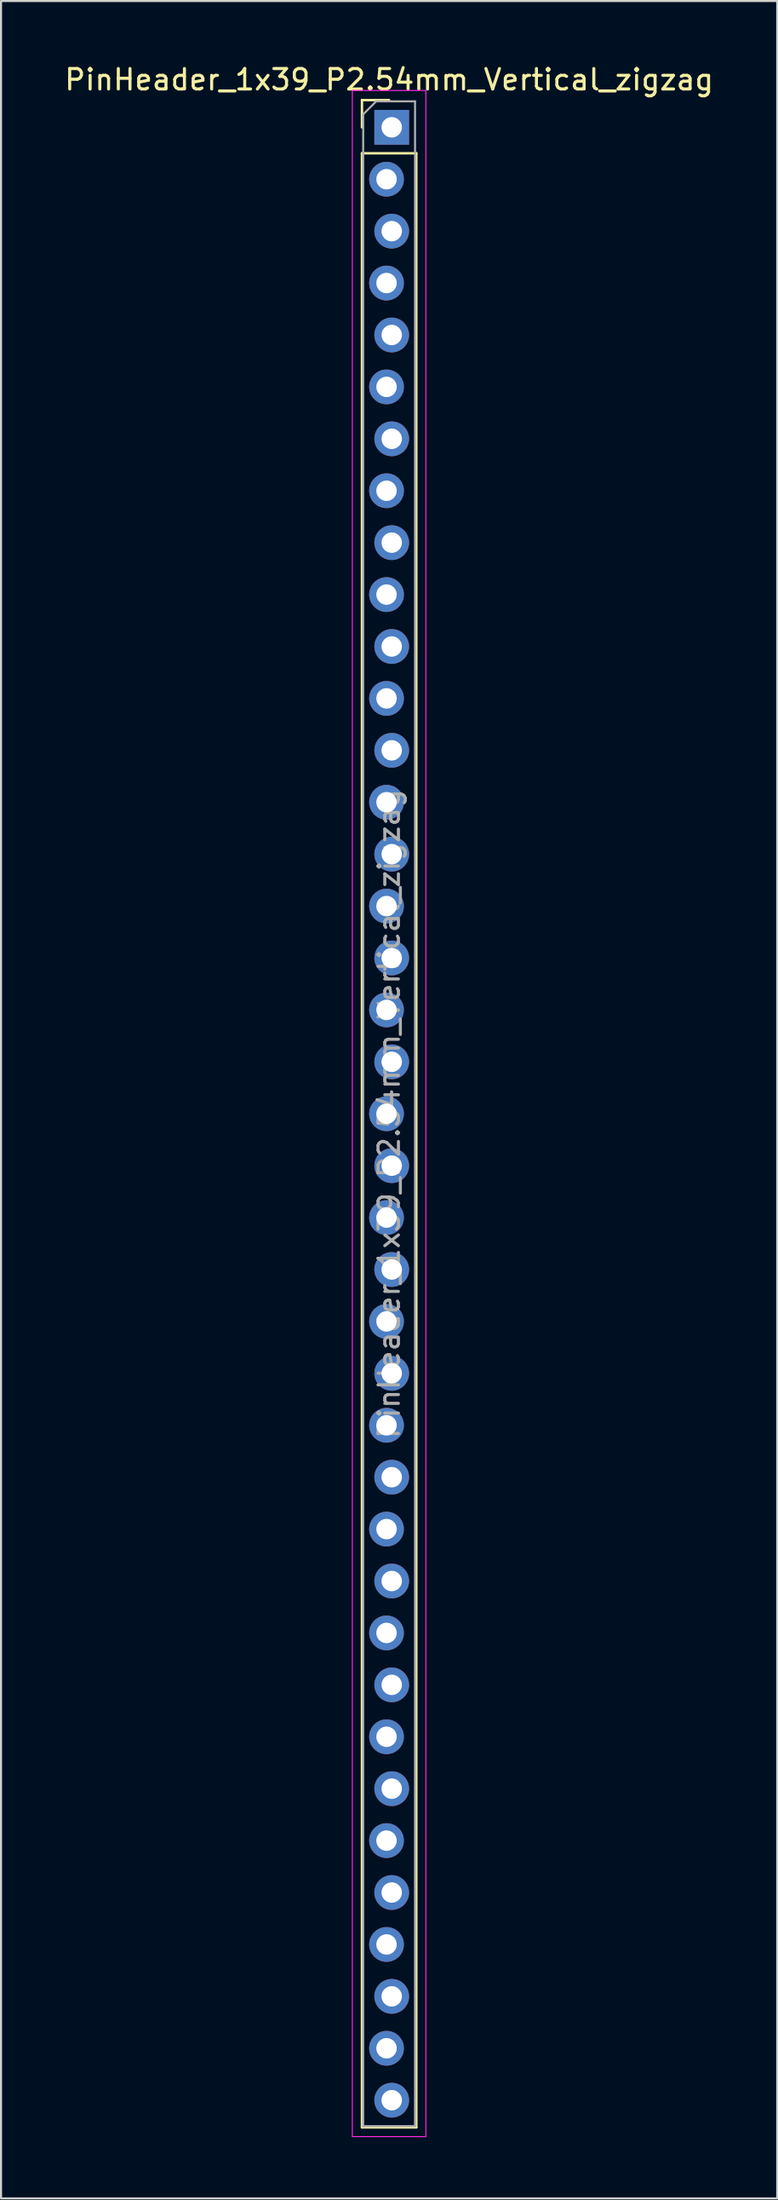
<source format=kicad_pcb>
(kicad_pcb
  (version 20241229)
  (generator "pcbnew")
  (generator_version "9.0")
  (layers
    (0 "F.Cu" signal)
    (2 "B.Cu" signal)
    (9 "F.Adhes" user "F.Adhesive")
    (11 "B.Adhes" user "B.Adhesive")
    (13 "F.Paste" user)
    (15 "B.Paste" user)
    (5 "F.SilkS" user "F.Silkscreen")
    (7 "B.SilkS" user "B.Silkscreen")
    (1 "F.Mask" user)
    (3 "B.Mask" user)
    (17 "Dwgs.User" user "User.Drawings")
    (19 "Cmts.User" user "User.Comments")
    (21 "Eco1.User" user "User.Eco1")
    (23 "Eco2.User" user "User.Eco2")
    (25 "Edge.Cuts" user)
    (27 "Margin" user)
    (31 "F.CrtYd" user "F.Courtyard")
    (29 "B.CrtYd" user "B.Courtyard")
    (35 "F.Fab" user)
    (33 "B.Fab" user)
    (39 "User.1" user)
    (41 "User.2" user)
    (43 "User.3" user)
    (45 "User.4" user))
  (footprint "PinHeader_1x39_P2.54mm_Vertical_zigzag"
    (layer "F.Cu")
    (at 16.006 3.178)
    (property "Reference" "PinHeader_1x39_P2.54mm_Vertical_zigzag" (at 0 -2.33 0) (layer "F.SilkS") (effects (font (size 1 1) (thickness 0.15))))
    (attr through_hole)
    (fp_line (start -1.33 -1.33) (end 0 -1.33) (stroke (width 0.12) (type solid)) (layer "F.SilkS"))
    (fp_line (start -1.33 0) (end -1.33 -1.33) (stroke (width 0.12) (type solid)) (layer "F.SilkS"))
    (fp_line (start -1.33 1.27) (end -1.33 97.85) (stroke (width 0.12) (type solid)) (layer "F.SilkS"))
    (fp_line (start -1.33 1.27) (end 1.33 1.27) (stroke (width 0.12) (type solid)) (layer "F.SilkS"))
    (fp_line (start -1.33 97.85) (end 1.33 97.85) (stroke (width 0.12) (type solid)) (layer "F.SilkS"))
    (fp_line (start 1.33 1.27) (end 1.33 97.85) (stroke (width 0.12) (type solid)) (layer "F.SilkS"))
    (fp_line (start -1.8 -1.8) (end -1.8 98.3) (stroke (width 0.05) (type solid)) (layer "F.CrtYd"))
    (fp_line (start -1.8 98.3) (end 1.8 98.3) (stroke (width 0.05) (type solid)) (layer "F.CrtYd"))
    (fp_line (start 1.8 -1.8) (end -1.8 -1.8) (stroke (width 0.05) (type solid)) (layer "F.CrtYd"))
    (fp_line (start 1.8 98.3) (end 1.8 -1.8) (stroke (width 0.05) (type solid)) (layer "F.CrtYd"))
    (fp_line (start -1.27 -0.635) (end -0.635 -1.27) (stroke (width 0.1) (type solid)) (layer "F.Fab"))
    (fp_line (start -1.27 97.79) (end -1.27 -0.635) (stroke (width 0.1) (type solid)) (layer "F.Fab"))
    (fp_line (start -0.635 -1.27) (end 1.27 -1.27) (stroke (width 0.1) (type solid)) (layer "F.Fab"))
    (fp_line (start 1.27 -1.27) (end 1.27 97.79) (stroke (width 0.1) (type solid)) (layer "F.Fab"))
    (fp_line (start 1.27 97.79) (end -1.27 97.79) (stroke (width 0.1) (type solid)) (layer "F.Fab"))
    (fp_text user "${REFERENCE}" (at 0 48.26 90) (layer "F.Fab") (effects (font (size 1 1) (thickness 0.15))))
    (pad "1" thru_hole rect (at 0.127 0) (size 1.7 1.7) (drill 1) (layers "*.Cu" "*.Mask"))
    (pad "2" thru_hole oval (at -0.127 2.54) (size 1.7 1.7) (drill 1) (layers "*.Cu" "*.Mask"))
    (pad "3" thru_hole oval (at 0.127 5.08) (size 1.7 1.7) (drill 1) (layers "*.Cu" "*.Mask"))
    (pad "4" thru_hole oval (at -0.127 7.62) (size 1.7 1.7) (drill 1) (layers "*.Cu" "*.Mask"))
    (pad "5" thru_hole oval (at 0.127 10.16) (size 1.7 1.7) (drill 1) (layers "*.Cu" "*.Mask"))
    (pad "6" thru_hole oval (at -0.127 12.7) (size 1.7 1.7) (drill 1) (layers "*.Cu" "*.Mask"))
    (pad "7" thru_hole oval (at 0.127 15.24) (size 1.7 1.7) (drill 1) (layers "*.Cu" "*.Mask"))
    (pad "8" thru_hole oval (at -0.127 17.78) (size 1.7 1.7) (drill 1) (layers "*.Cu" "*.Mask"))
    (pad "9" thru_hole oval (at 0.127 20.32) (size 1.7 1.7) (drill 1) (layers "*.Cu" "*.Mask"))
    (pad "10" thru_hole oval (at -0.127 22.86) (size 1.7 1.7) (drill 1) (layers "*.Cu" "*.Mask"))
    (pad "11" thru_hole oval (at 0.127 25.4) (size 1.7 1.7) (drill 1) (layers "*.Cu" "*.Mask"))
    (pad "12" thru_hole oval (at -0.127 27.94) (size 1.7 1.7) (drill 1) (layers "*.Cu" "*.Mask"))
    (pad "13" thru_hole oval (at 0.127 30.48) (size 1.7 1.7) (drill 1) (layers "*.Cu" "*.Mask"))
    (pad "14" thru_hole oval (at -0.127 33.02) (size 1.7 1.7) (drill 1) (layers "*.Cu" "*.Mask"))
    (pad "15" thru_hole oval (at 0.127 35.56) (size 1.7 1.7) (drill 1) (layers "*.Cu" "*.Mask"))
    (pad "16" thru_hole oval (at -0.127 38.1) (size 1.7 1.7) (drill 1) (layers "*.Cu" "*.Mask"))
    (pad "17" thru_hole oval (at 0.127 40.64) (size 1.7 1.7) (drill 1) (layers "*.Cu" "*.Mask"))
    (pad "18" thru_hole oval (at -0.127 43.18) (size 1.7 1.7) (drill 1) (layers "*.Cu" "*.Mask"))
    (pad "19" thru_hole oval (at 0.127 45.72) (size 1.7 1.7) (drill 1) (layers "*.Cu" "*.Mask"))
    (pad "20" thru_hole oval (at -0.127 48.26) (size 1.7 1.7) (drill 1) (layers "*.Cu" "*.Mask"))
    (pad "21" thru_hole oval (at 0.127 50.8) (size 1.7 1.7) (drill 1) (layers "*.Cu" "*.Mask"))
    (pad "22" thru_hole oval (at -0.127 53.34) (size 1.7 1.7) (drill 1) (layers "*.Cu" "*.Mask"))
    (pad "23" thru_hole oval (at 0.127 55.88) (size 1.7 1.7) (drill 1) (layers "*.Cu" "*.Mask"))
    (pad "24" thru_hole oval (at -0.127 58.42) (size 1.7 1.7) (drill 1) (layers "*.Cu" "*.Mask"))
    (pad "25" thru_hole oval (at 0.127 60.96) (size 1.7 1.7) (drill 1) (layers "*.Cu" "*.Mask"))
    (pad "26" thru_hole oval (at -0.127 63.5) (size 1.7 1.7) (drill 1) (layers "*.Cu" "*.Mask"))
    (pad "27" thru_hole oval (at 0.127 66.04) (size 1.7 1.7) (drill 1) (layers "*.Cu" "*.Mask"))
    (pad "28" thru_hole oval (at -0.127 68.58) (size 1.7 1.7) (drill 1) (layers "*.Cu" "*.Mask"))
    (pad "29" thru_hole oval (at 0.127 71.12) (size 1.7 1.7) (drill 1) (layers "*.Cu" "*.Mask"))
    (pad "30" thru_hole oval (at -0.127 73.66) (size 1.7 1.7) (drill 1) (layers "*.Cu" "*.Mask"))
    (pad "31" thru_hole oval (at 0.127 76.2) (size 1.7 1.7) (drill 1) (layers "*.Cu" "*.Mask"))
    (pad "32" thru_hole oval (at -0.127 78.74) (size 1.7 1.7) (drill 1) (layers "*.Cu" "*.Mask"))
    (pad "33" thru_hole oval (at 0.127 81.28) (size 1.7 1.7) (drill 1) (layers "*.Cu" "*.Mask"))
    (pad "34" thru_hole oval (at -0.127 83.82) (size 1.7 1.7) (drill 1) (layers "*.Cu" "*.Mask"))
    (pad "35" thru_hole oval (at 0.127 86.36) (size 1.7 1.7) (drill 1) (layers "*.Cu" "*.Mask"))
    (pad "36" thru_hole oval (at -0.127 88.9) (size 1.7 1.7) (drill 1) (layers "*.Cu" "*.Mask"))
    (pad "37" thru_hole oval (at 0.127 91.44) (size 1.7 1.7) (drill 1) (layers "*.Cu" "*.Mask"))
    (pad "38" thru_hole oval (at -0.127 93.98) (size 1.7 1.7) (drill 1) (layers "*.Cu" "*.Mask"))
    (pad "39" thru_hole oval (at 0.127 96.52) (size 1.7 1.7) (drill 1) (layers "*.Cu" "*.Mask")))
  (gr_rect
    (start -3 -3)
    (end 35.012 104.503)
    (stroke (width 0.1) (type default))
    (fill no)
    (layer "Edge.Cuts")))
</source>
